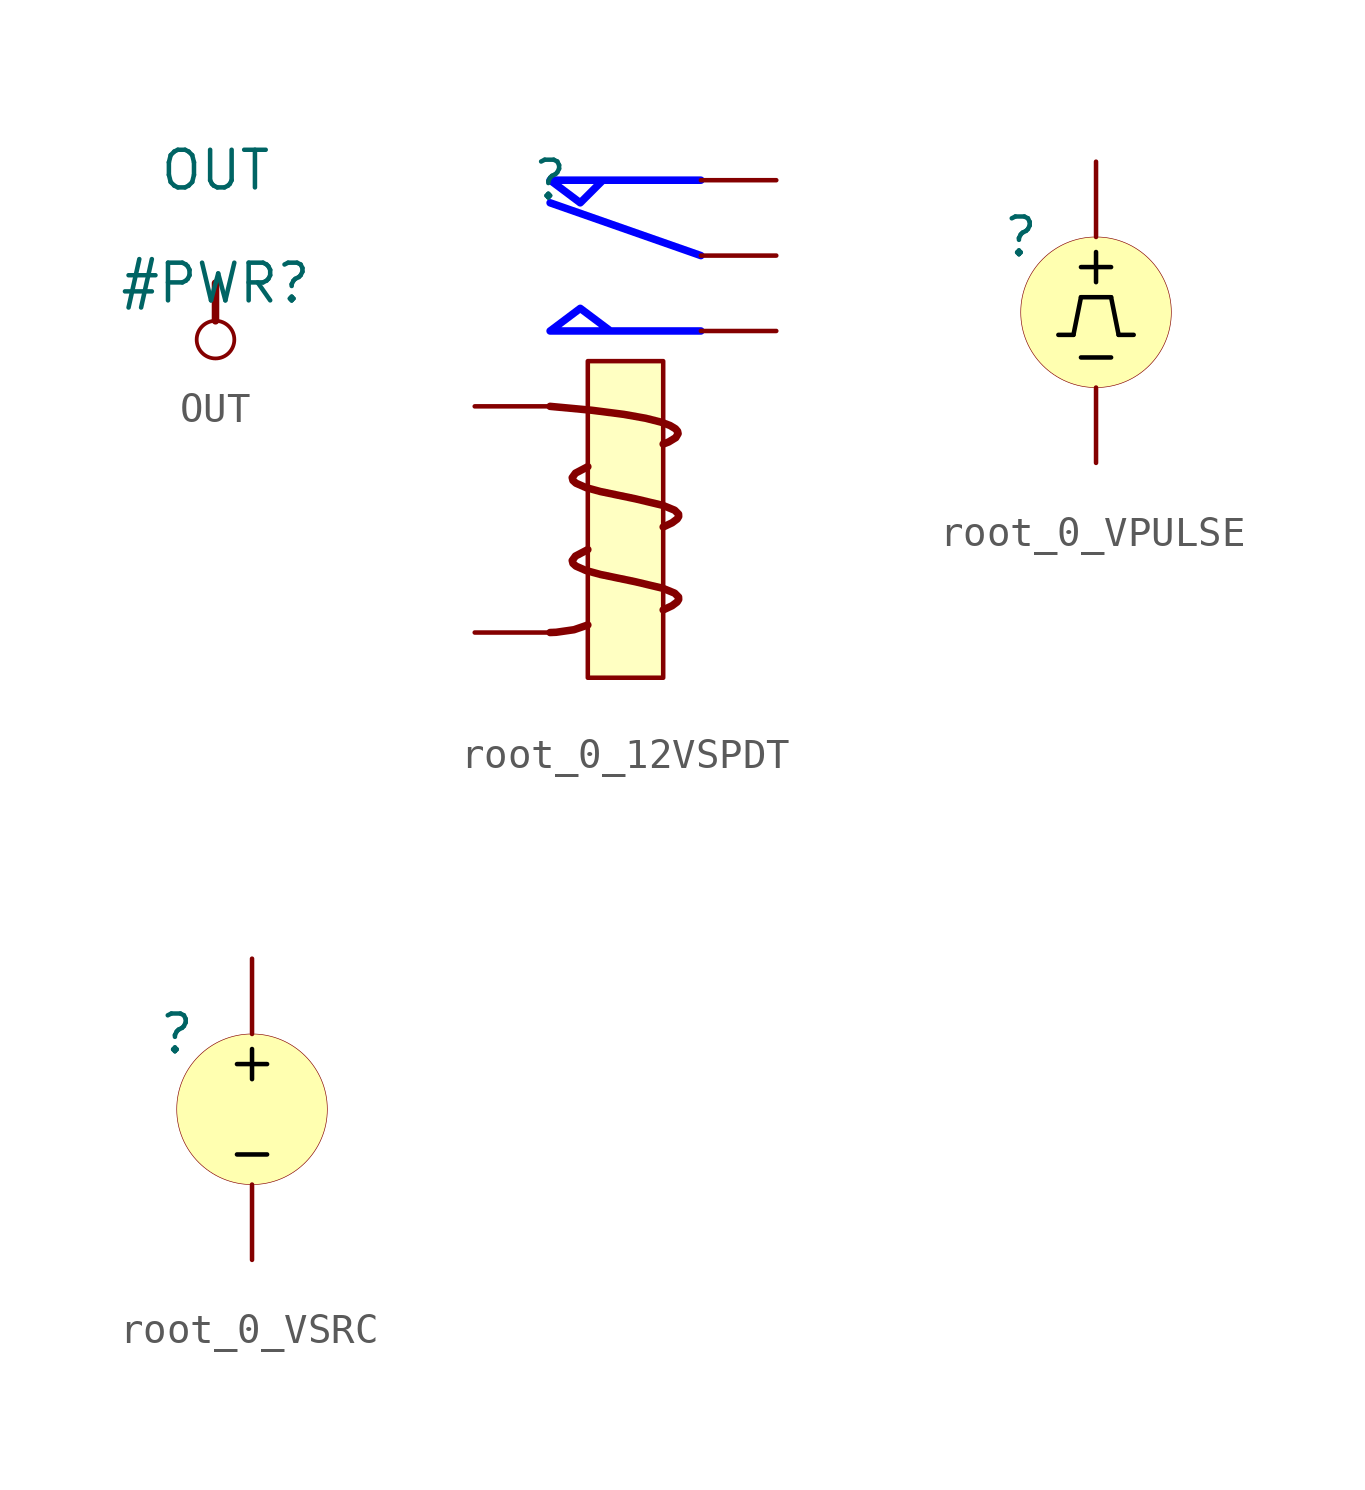
<source format=kicad_sym>
(kicad_symbol_lib
  (version 20220914)
  (generator kicad_symbol_editor)
  (symbol "OUT"
    (power)
    (property "Reference" "#PWR"
      (at 0 0 0)
      (effects (font (size 1.27 1.27))))
    (property "Value" "OUT"
      (at 0 3.81 0)
      (effects (font (size 1.27 1.27))))
    (symbol "OUT_0_0"
      (circle (center 0 -1.905) (radius 0.635) (stroke (width 0.127) (type solid)) (fill (type none)))
      (polyline (pts (xy 0 0) (xy 0 -1.27)) (stroke (width 0.254) (type solid)) (fill (type none)))
      (pin power_in line (at 0 0 0) (length 0) hide (name "OUT" (effects (font (size 1.27 1.27)))) (number "" (effects (font (size 1.27 1.27)))))))
  (symbol "root_0_12VSPDT"
    (property "Reference" ""
      (at 0 0 0)
      (effects (font (size 1.27 1.27))))
    (property "Value" ""
      (at 0 0 0)
      (effects (font (size 1.27 1.27))))
    (symbol "root_0_12VSPDT_1_0"
      (bezier (pts (xy 0 -7.62) (xy 6.35 -8.128) (xy 3.81 -8.89) (xy 3.81 -8.89)) (stroke (width 0.254) (type solid)) (fill (type none)))
      (polyline (pts (xy 5.08 -2.54) (xy 0 -0.762)) (stroke (width 0.254) (type solid) (color 0 0 255 1)) (fill (type none)))
      (polyline (pts (xy 1.778 0) (xy 1.016 -0.762) (xy 0 0) (xy 5.08 0)) (stroke (width 0.254) (type solid) (color 0 0 255 1)) (fill (type none)))
      (polyline (pts (xy 2.032 -5.08) (xy 1.016 -4.318) (xy 0 -5.08) (xy 5.08 -5.08)) (stroke (width 0.254) (type solid) (color 0 0 255 1)) (fill (type none)))
      (bezier (pts (xy 1.27 -14.986) (xy 0.762 -15.24) (xy 0 -15.24) (xy 0 -15.24)) (stroke (width 0.254) (type solid)) (fill (type none)))
      (bezier (pts (xy 3.81 -14.478) (xy 6.35 -13.462) (xy -1.27 -13.462) (xy 1.27 -12.446)) (stroke (width 0.254) (type solid)) (fill (type none)))
      (bezier (pts (xy 3.81 -11.684) (xy 6.35 -10.668) (xy -1.27 -10.668) (xy 1.27 -9.652)) (stroke (width 0.254) (type solid)) (fill (type none)))
      (rectangle (start 3.81 -6.096) (end 1.27 -16.764) (stroke (width 0) (type solid)) (fill (type background)))
      (pin passive line (at 7.62 -2.54 180) (length 2.54) (name "1" (effects (font (size 0 0)))) (number "1" (effects (font (size 0 0)))))
      (pin passive line (at 7.62 0 180) (length 2.54) (name "2" (effects (font (size 0 0)))) (number "2" (effects (font (size 0 0)))))
      (pin passive line (at 7.62 -5.08 180) (length 2.54) (name "3" (effects (font (size 0 0)))) (number "3" (effects (font (size 0 0)))))
      (pin passive line (at -2.54 -7.62 0) (length 2.54) (name "4" (effects (font (size 0 0)))) (number "4" (effects (font (size 0 0)))))
      (pin passive line (at -2.54 -15.24 0) (length 2.54) (name "5" (effects (font (size 0 0)))) (number "5" (effects (font (size 0 0)))))))
  (symbol "root_0_VPULSE"
    (property "Reference" ""
      (at 0 0 0)
      (effects (font (size 1.27 1.27))))
    (property "Value" ""
      (at 0 0 0)
      (effects (font (size 1.27 1.27))))
    (symbol "root_0_VPULSE_1_0"
      (polyline (pts (xy 1.778 -3.302) (xy 1.27 -3.302)) (stroke (width 0) (type solid) (color 0 0 0 1)) (fill (type none)))
      (polyline (pts (xy 2.032 -2.032) (xy 1.778 -3.302)) (stroke (width 0) (type solid) (color 0 0 0 1)) (fill (type none)))
      (polyline (pts (xy 2.032 -2.032) (xy 3.048 -2.032)) (stroke (width 0) (type solid) (color 0 0 0 1)) (fill (type none)))
      (polyline (pts (xy 2.032 -1.016) (xy 3.048 -1.016)) (stroke (width 0) (type solid) (color 0 0 0 1)) (fill (type none)))
      (polyline (pts (xy 2.54 -0.508) (xy 2.54 -1.524)) (stroke (width 0) (type solid) (color 0 0 0 1)) (fill (type none)))
      (polyline (pts (xy 3.048 -4.064) (xy 2.032 -4.064)) (stroke (width 0) (type solid) (color 0 0 0 1)) (fill (type none)))
      (polyline (pts (xy 3.048 -2.032) (xy 3.302 -3.302)) (stroke (width 0) (type solid) (color 0 0 0 1)) (fill (type none)))
      (polyline (pts (xy 3.302 -3.302) (xy 3.81 -3.302)) (stroke (width 0) (type solid) (color 0 0 0 1)) (fill (type none)))
      (circle (center 2.54 -2.54) (radius 2.54) (stroke (width 0.0001) (type solid)) (fill (type color) (color 255 255 176 1)))
      (pin passive line (at 2.54 2.54 270) (length 2.54) (name "1" (effects (font (size 0 0)))) (number "1" (effects (font (size 0 0)))))
      (pin passive line (at 2.54 -7.62 90) (length 2.54) (name "2" (effects (font (size 0 0)))) (number "2" (effects (font (size 0 0)))))))
  (symbol "root_0_VSRC"
    (property "Reference" ""
      (at 0 0 0)
      (effects (font (size 1.27 1.27))))
    (property "Value" ""
      (at 0 0 0)
      (effects (font (size 1.27 1.27))))
    (symbol "root_0_VSRC_1_0"
      (polyline (pts (xy 2.032 -1.016) (xy 3.048 -1.016)) (stroke (width 0) (type solid) (color 0 0 0 1)) (fill (type none)))
      (polyline (pts (xy 2.54 -0.508) (xy 2.54 -1.524)) (stroke (width 0) (type solid) (color 0 0 0 1)) (fill (type none)))
      (polyline (pts (xy 3.048 -4.064) (xy 2.032 -4.064)) (stroke (width 0) (type solid) (color 0 0 0 1)) (fill (type none)))
      (circle (center 2.54 -2.54) (radius 2.54) (stroke (width 0.0001) (type solid)) (fill (type color) (color 255 255 176 1)))
      (pin passive line (at 2.54 2.54 270) (length 2.54) (name "1" (effects (font (size 0 0)))) (number "1" (effects (font (size 0 0)))))
      (pin passive line (at 2.54 -7.62 90) (length 2.54) (name "2" (effects (font (size 0 0)))) (number "2" (effects (font (size 0 0))))))))
</source>
